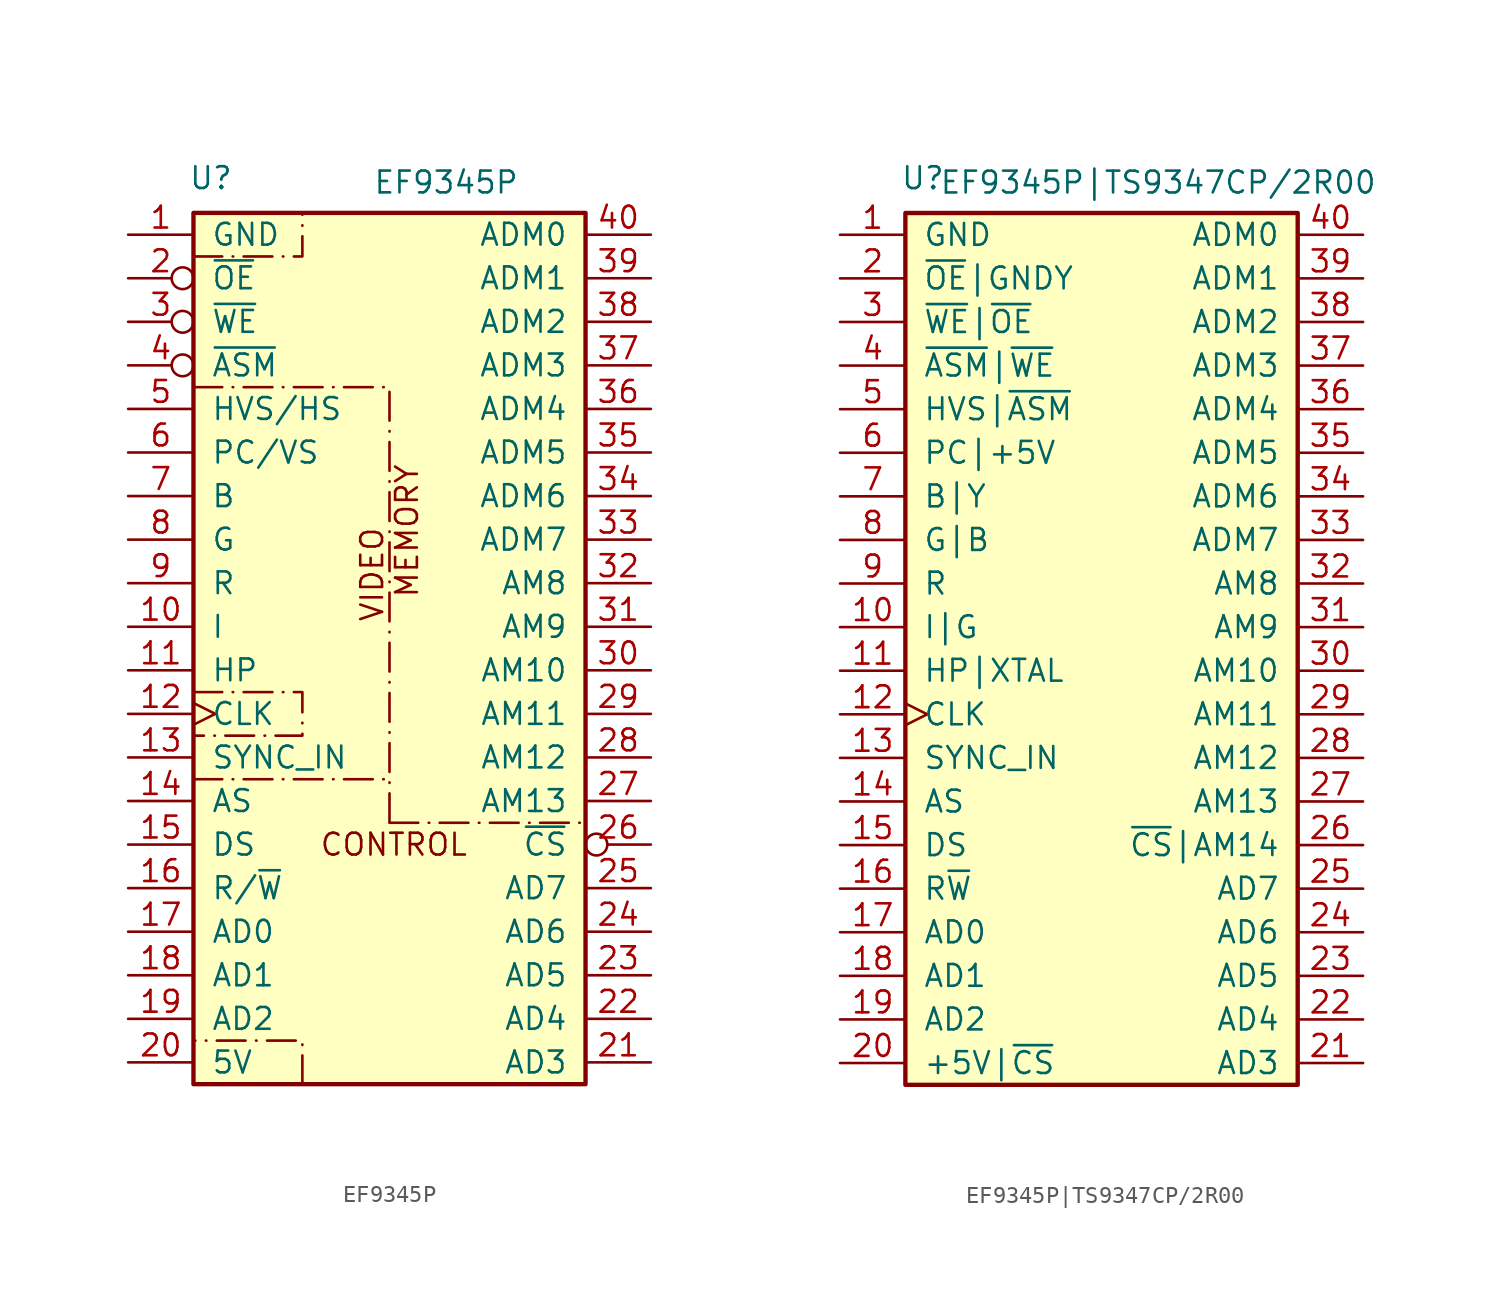
<source format=kicad_sym>
(kicad_symbol_lib
  (version 20231120)
  (generator "kicad_symbol_editor")
  (generator_version "8.0")
  (symbol "EF9345P"
    (pin_names
      (offset 1.016))
    (property "Reference" "U"
      (at -10.414 27.432 0)
      (effects (font (size 1.27 1.27))))
    (property "Value" "EF9345P"
      (at 3.302 27.178 0)
      (effects (font (size 1.27 1.27))))
    (symbol "EF9345P_0_1"
      (polyline (pts (xy -11.43 -7.62) (xy 0 -7.62)) (stroke (width 0) (type dash_dot)) (fill (type none)))
      (polyline (pts (xy 0 -10.16) (xy 11.43 -10.16)) (stroke (width 0) (type dash_dot)) (fill (type none)))
      (polyline (pts (xy -11.43 15.24) (xy 0 15.24) (xy 0 -10.16)) (stroke (width 0) (type dash_dot)) (fill (type none)))
      (polyline (pts (xy -11.43 22.86) (xy -5.08 22.86) (xy -5.08 25.4)) (stroke (width 0) (type dash_dot)) (fill (type none)))
      (polyline (pts (xy -5.08 -25.4) (xy -5.08 -22.86) (xy -11.43 -22.86)) (stroke (width 0) (type dash_dot)) (fill (type none))))
    (symbol "EF9345P_1_1"
      (rectangle (start -11.43 25.4) (end 11.43 -25.4) (stroke (width 0.254) (type default)) (fill (type background)))
      (polyline (pts (xy -11.43 -2.54) (xy -5.08 -2.54) (xy -5.08 -5.08) (xy -11.43 -5.08)) (stroke (width 0) (type dash_dot)) (fill (type none)))
      (text "CONTROL" (at 0.254 -11.43 0) (effects (font (size 1.27 1.27))))
      (text "MEMORY" (at 1.016 6.858 900) (effects (font (size 1.27 1.27))))
      (text "VIDEO" (at -1.016 4.318 900) (effects (font (size 1.27 1.27))))
      (pin passive line (at -15.24 24.13 0) (length 3.81) (name "GND" (effects (font (size 1.27 1.27)))) (number "1" (effects (font (size 1.27 1.27)))))
      (pin output line (at -15.24 1.27 0) (length 3.81) (name "I" (effects (font (size 1.27 1.27)))) (number "10" (effects (font (size 1.27 1.27)))))
      (pin output line (at -15.24 -1.27 0) (length 3.81) (name "HP" (effects (font (size 1.27 1.27)))) (number "11" (effects (font (size 1.27 1.27)))))
      (pin input clock (at -15.24 -3.81 0) (length 3.81) (name "CLK" (effects (font (size 1.27 1.27)))) (number "12" (effects (font (size 1.27 1.27)))))
      (pin input line (at -15.24 -6.35 0) (length 3.81) (name "SYNC_IN" (effects (font (size 1.27 1.27)))) (number "13" (effects (font (size 1.27 1.27)))))
      (pin input line (at -15.24 -8.89 0) (length 3.81) (name "AS" (effects (font (size 1.27 1.27)))) (number "14" (effects (font (size 1.27 1.27)))))
      (pin input line (at -15.24 -11.43 0) (length 3.81) (name "DS" (effects (font (size 1.27 1.27)))) (number "15" (effects (font (size 1.27 1.27)))))
      (pin input line (at -15.24 -13.97 0) (length 3.81) (name "R/~{W}" (effects (font (size 1.27 1.27)))) (number "16" (effects (font (size 1.27 1.27)))))
      (pin bidirectional line (at -15.24 -16.51 0) (length 3.81) (name "AD0" (effects (font (size 1.27 1.27)))) (number "17" (effects (font (size 1.27 1.27)))))
      (pin bidirectional line (at -15.24 -19.05 0) (length 3.81) (name "AD1" (effects (font (size 1.27 1.27)))) (number "18" (effects (font (size 1.27 1.27)))))
      (pin bidirectional line (at -15.24 -21.59 0) (length 3.81) (name "AD2" (effects (font (size 1.27 1.27)))) (number "19" (effects (font (size 1.27 1.27)))))
      (pin input inverted (at -15.24 21.59 0) (length 3.81) (name "~{OE}" (effects (font (size 1.27 1.27)))) (number "2" (effects (font (size 1.27 1.27)))))
      (pin power_in line (at -15.24 -24.13 0) (length 3.81) (name "5V" (effects (font (size 1.27 1.27)))) (number "20" (effects (font (size 1.27 1.27)))))
      (pin bidirectional line (at 15.24 -24.13 180) (length 3.81) (name "AD3" (effects (font (size 1.27 1.27)))) (number "21" (effects (font (size 1.27 1.27)))))
      (pin bidirectional line (at 15.24 -21.59 180) (length 3.81) (name "AD4" (effects (font (size 1.27 1.27)))) (number "22" (effects (font (size 1.27 1.27)))))
      (pin bidirectional line (at 15.24 -19.05 180) (length 3.81) (name "AD5" (effects (font (size 1.27 1.27)))) (number "23" (effects (font (size 1.27 1.27)))))
      (pin bidirectional line (at 15.24 -16.51 180) (length 3.81) (name "AD6" (effects (font (size 1.27 1.27)))) (number "24" (effects (font (size 1.27 1.27)))))
      (pin bidirectional line (at 15.24 -13.97 180) (length 3.81) (name "AD7" (effects (font (size 1.27 1.27)))) (number "25" (effects (font (size 1.27 1.27)))))
      (pin input inverted (at 15.24 -11.43 180) (length 3.81) (name "~{CS}" (effects (font (size 1.27 1.27)))) (number "26" (effects (font (size 1.27 1.27)))))
      (pin output line (at 15.24 -8.89 180) (length 3.81) (name "AM13" (effects (font (size 1.27 1.27)))) (number "27" (effects (font (size 1.27 1.27)))))
      (pin output line (at 15.24 -6.35 180) (length 3.81) (name "AM12" (effects (font (size 1.27 1.27)))) (number "28" (effects (font (size 1.27 1.27)))))
      (pin output line (at 15.24 -3.81 180) (length 3.81) (name "AM11" (effects (font (size 1.27 1.27)))) (number "29" (effects (font (size 1.27 1.27)))))
      (pin input inverted (at -15.24 19.05 0) (length 3.81) (name "~{WE}" (effects (font (size 1.27 1.27)))) (number "3" (effects (font (size 1.27 1.27)))))
      (pin output line (at 15.24 -1.27 180) (length 3.81) (name "AM10" (effects (font (size 1.27 1.27)))) (number "30" (effects (font (size 1.27 1.27)))))
      (pin output line (at 15.24 1.27 180) (length 3.81) (name "AM9" (effects (font (size 1.27 1.27)))) (number "31" (effects (font (size 1.27 1.27)))))
      (pin output line (at 15.24 3.81 180) (length 3.81) (name "AM8" (effects (font (size 1.27 1.27)))) (number "32" (effects (font (size 1.27 1.27)))))
      (pin bidirectional line (at 15.24 6.35 180) (length 3.81) (name "ADM7" (effects (font (size 1.27 1.27)))) (number "33" (effects (font (size 1.27 1.27)))))
      (pin bidirectional line (at 15.24 8.89 180) (length 3.81) (name "ADM6" (effects (font (size 1.27 1.27)))) (number "34" (effects (font (size 1.27 1.27)))))
      (pin bidirectional line (at 15.24 11.43 180) (length 3.81) (name "ADM5" (effects (font (size 1.27 1.27)))) (number "35" (effects (font (size 1.27 1.27)))))
      (pin bidirectional line (at 15.24 13.97 180) (length 3.81) (name "ADM4" (effects (font (size 1.27 1.27)))) (number "36" (effects (font (size 1.27 1.27)))))
      (pin bidirectional line (at 15.24 16.51 180) (length 3.81) (name "ADM3" (effects (font (size 1.27 1.27)))) (number "37" (effects (font (size 1.27 1.27)))))
      (pin bidirectional line (at 15.24 19.05 180) (length 3.81) (name "ADM2" (effects (font (size 1.27 1.27)))) (number "38" (effects (font (size 1.27 1.27)))))
      (pin bidirectional line (at 15.24 21.59 180) (length 3.81) (name "ADM1" (effects (font (size 1.27 1.27)))) (number "39" (effects (font (size 1.27 1.27)))))
      (pin input inverted (at -15.24 16.51 0) (length 3.81) (name "~{ASM}" (effects (font (size 1.27 1.27)))) (number "4" (effects (font (size 1.27 1.27)))))
      (pin bidirectional line (at 15.24 24.13 180) (length 3.81) (name "ADM0" (effects (font (size 1.27 1.27)))) (number "40" (effects (font (size 1.27 1.27)))))
      (pin output line (at -15.24 13.97 0) (length 3.81) (name "HVS/HS" (effects (font (size 1.27 1.27)))) (number "5" (effects (font (size 1.27 1.27)))))
      (pin output line (at -15.24 11.43 0) (length 3.81) (name "PC/VS" (effects (font (size 1.27 1.27)))) (number "6" (effects (font (size 1.27 1.27)))))
      (pin output line (at -15.24 8.89 0) (length 3.81) (name "B" (effects (font (size 1.27 1.27)))) (number "7" (effects (font (size 1.27 1.27)))))
      (pin output line (at -15.24 6.35 0) (length 3.81) (name "G" (effects (font (size 1.27 1.27)))) (number "8" (effects (font (size 1.27 1.27)))))
      (pin output line (at -15.24 3.81 0) (length 3.81) (name "R" (effects (font (size 1.27 1.27)))) (number "9" (effects (font (size 1.27 1.27)))))))
  (symbol "EF9345P|TS9347CP/2R00"
    (pin_names
      (offset 1.016))
    (property "Reference" "U"
      (at -10.414 27.432 0)
      (effects (font (size 1.27 1.27))))
    (property "Value" "EF9345P|TS9347CP/2R00"
      (at 3.302 27.178 0)
      (effects (font (size 1.27 1.27))))
    (symbol "EF9345P|TS9347CP/2R00_1_1"
      (rectangle (start -11.43 25.4) (end 11.43 -25.4) (stroke (width 0.254) (type default)) (fill (type background)))
      (pin passive line (at -15.24 24.13 0) (length 3.81) (name "GND" (effects (font (size 1.27 1.27)))) (number "1" (effects (font (size 1.27 1.27)))))
      (pin passive line (at -15.24 1.27 0) (length 3.81) (name "I|G" (effects (font (size 1.27 1.27)))) (number "10" (effects (font (size 1.27 1.27)))))
      (pin passive line (at -15.24 -1.27 0) (length 3.81) (name "HP|XTAL" (effects (font (size 1.27 1.27)))) (number "11" (effects (font (size 1.27 1.27)))))
      (pin passive clock (at -15.24 -3.81 0) (length 3.81) (name "CLK" (effects (font (size 1.27 1.27)))) (number "12" (effects (font (size 1.27 1.27)))))
      (pin passive line (at -15.24 -6.35 0) (length 3.81) (name "SYNC_IN" (effects (font (size 1.27 1.27)))) (number "13" (effects (font (size 1.27 1.27)))))
      (pin passive line (at -15.24 -8.89 0) (length 3.81) (name "AS" (effects (font (size 1.27 1.27)))) (number "14" (effects (font (size 1.27 1.27)))))
      (pin passive line (at -15.24 -11.43 0) (length 3.81) (name "DS" (effects (font (size 1.27 1.27)))) (number "15" (effects (font (size 1.27 1.27)))))
      (pin passive line (at -15.24 -13.97 0) (length 3.81) (name "R~{W}" (effects (font (size 1.27 1.27)))) (number "16" (effects (font (size 1.27 1.27)))))
      (pin passive line (at -15.24 -16.51 0) (length 3.81) (name "AD0" (effects (font (size 1.27 1.27)))) (number "17" (effects (font (size 1.27 1.27)))))
      (pin passive line (at -15.24 -19.05 0) (length 3.81) (name "AD1" (effects (font (size 1.27 1.27)))) (number "18" (effects (font (size 1.27 1.27)))))
      (pin passive line (at -15.24 -21.59 0) (length 3.81) (name "AD2" (effects (font (size 1.27 1.27)))) (number "19" (effects (font (size 1.27 1.27)))))
      (pin passive line (at -15.24 21.59 0) (length 3.81) (name "~{OE}|GNDY" (effects (font (size 1.27 1.27)))) (number "2" (effects (font (size 1.27 1.27)))))
      (pin passive line (at -15.24 -24.13 0) (length 3.81) (name "+5V|~{CS}" (effects (font (size 1.27 1.27)))) (number "20" (effects (font (size 1.27 1.27)))))
      (pin passive line (at 15.24 -24.13 180) (length 3.81) (name "AD3" (effects (font (size 1.27 1.27)))) (number "21" (effects (font (size 1.27 1.27)))))
      (pin passive line (at 15.24 -21.59 180) (length 3.81) (name "AD4" (effects (font (size 1.27 1.27)))) (number "22" (effects (font (size 1.27 1.27)))))
      (pin passive line (at 15.24 -19.05 180) (length 3.81) (name "AD5" (effects (font (size 1.27 1.27)))) (number "23" (effects (font (size 1.27 1.27)))))
      (pin passive line (at 15.24 -16.51 180) (length 3.81) (name "AD6" (effects (font (size 1.27 1.27)))) (number "24" (effects (font (size 1.27 1.27)))))
      (pin passive line (at 15.24 -13.97 180) (length 3.81) (name "AD7" (effects (font (size 1.27 1.27)))) (number "25" (effects (font (size 1.27 1.27)))))
      (pin passive line (at 15.24 -11.43 180) (length 3.81) (name "~{CS}|AM14" (effects (font (size 1.27 1.27)))) (number "26" (effects (font (size 1.27 1.27)))))
      (pin passive line (at 15.24 -8.89 180) (length 3.81) (name "AM13" (effects (font (size 1.27 1.27)))) (number "27" (effects (font (size 1.27 1.27)))))
      (pin passive line (at 15.24 -6.35 180) (length 3.81) (name "AM12" (effects (font (size 1.27 1.27)))) (number "28" (effects (font (size 1.27 1.27)))))
      (pin passive line (at 15.24 -3.81 180) (length 3.81) (name "AM11" (effects (font (size 1.27 1.27)))) (number "29" (effects (font (size 1.27 1.27)))))
      (pin passive line (at -15.24 19.05 0) (length 3.81) (name "~{WE}|~{OE}" (effects (font (size 1.27 1.27)))) (number "3" (effects (font (size 1.27 1.27)))))
      (pin passive line (at 15.24 -1.27 180) (length 3.81) (name "AM10" (effects (font (size 1.27 1.27)))) (number "30" (effects (font (size 1.27 1.27)))))
      (pin passive line (at 15.24 1.27 180) (length 3.81) (name "AM9" (effects (font (size 1.27 1.27)))) (number "31" (effects (font (size 1.27 1.27)))))
      (pin passive line (at 15.24 3.81 180) (length 3.81) (name "AM8" (effects (font (size 1.27 1.27)))) (number "32" (effects (font (size 1.27 1.27)))))
      (pin passive line (at 15.24 6.35 180) (length 3.81) (name "ADM7" (effects (font (size 1.27 1.27)))) (number "33" (effects (font (size 1.27 1.27)))))
      (pin passive line (at 15.24 8.89 180) (length 3.81) (name "ADM6" (effects (font (size 1.27 1.27)))) (number "34" (effects (font (size 1.27 1.27)))))
      (pin passive line (at 15.24 11.43 180) (length 3.81) (name "ADM5" (effects (font (size 1.27 1.27)))) (number "35" (effects (font (size 1.27 1.27)))))
      (pin passive line (at 15.24 13.97 180) (length 3.81) (name "ADM4" (effects (font (size 1.27 1.27)))) (number "36" (effects (font (size 1.27 1.27)))))
      (pin passive line (at 15.24 16.51 180) (length 3.81) (name "ADM3" (effects (font (size 1.27 1.27)))) (number "37" (effects (font (size 1.27 1.27)))))
      (pin passive line (at 15.24 19.05 180) (length 3.81) (name "ADM2" (effects (font (size 1.27 1.27)))) (number "38" (effects (font (size 1.27 1.27)))))
      (pin passive line (at 15.24 21.59 180) (length 3.81) (name "ADM1" (effects (font (size 1.27 1.27)))) (number "39" (effects (font (size 1.27 1.27)))))
      (pin passive line (at -15.24 16.51 0) (length 3.81) (name "~{ASM}|~{WE}" (effects (font (size 1.27 1.27)))) (number "4" (effects (font (size 1.27 1.27)))))
      (pin passive line (at 15.24 24.13 180) (length 3.81) (name "ADM0" (effects (font (size 1.27 1.27)))) (number "40" (effects (font (size 1.27 1.27)))))
      (pin passive line (at -15.24 13.97 0) (length 3.81) (name "HVS|~{ASM}" (effects (font (size 1.27 1.27)))) (number "5" (effects (font (size 1.27 1.27)))))
      (pin passive line (at -15.24 11.43 0) (length 3.81) (name "PC|+5V" (effects (font (size 1.27 1.27)))) (number "6" (effects (font (size 1.27 1.27)))))
      (pin passive line (at -15.24 8.89 0) (length 3.81) (name "B|Y" (effects (font (size 1.27 1.27)))) (number "7" (effects (font (size 1.27 1.27)))))
      (pin passive line (at -15.24 6.35 0) (length 3.81) (name "G|B" (effects (font (size 1.27 1.27)))) (number "8" (effects (font (size 1.27 1.27)))))
      (pin passive line (at -15.24 3.81 0) (length 3.81) (name "R" (effects (font (size 1.27 1.27)))) (number "9" (effects (font (size 1.27 1.27))))))))
</source>
